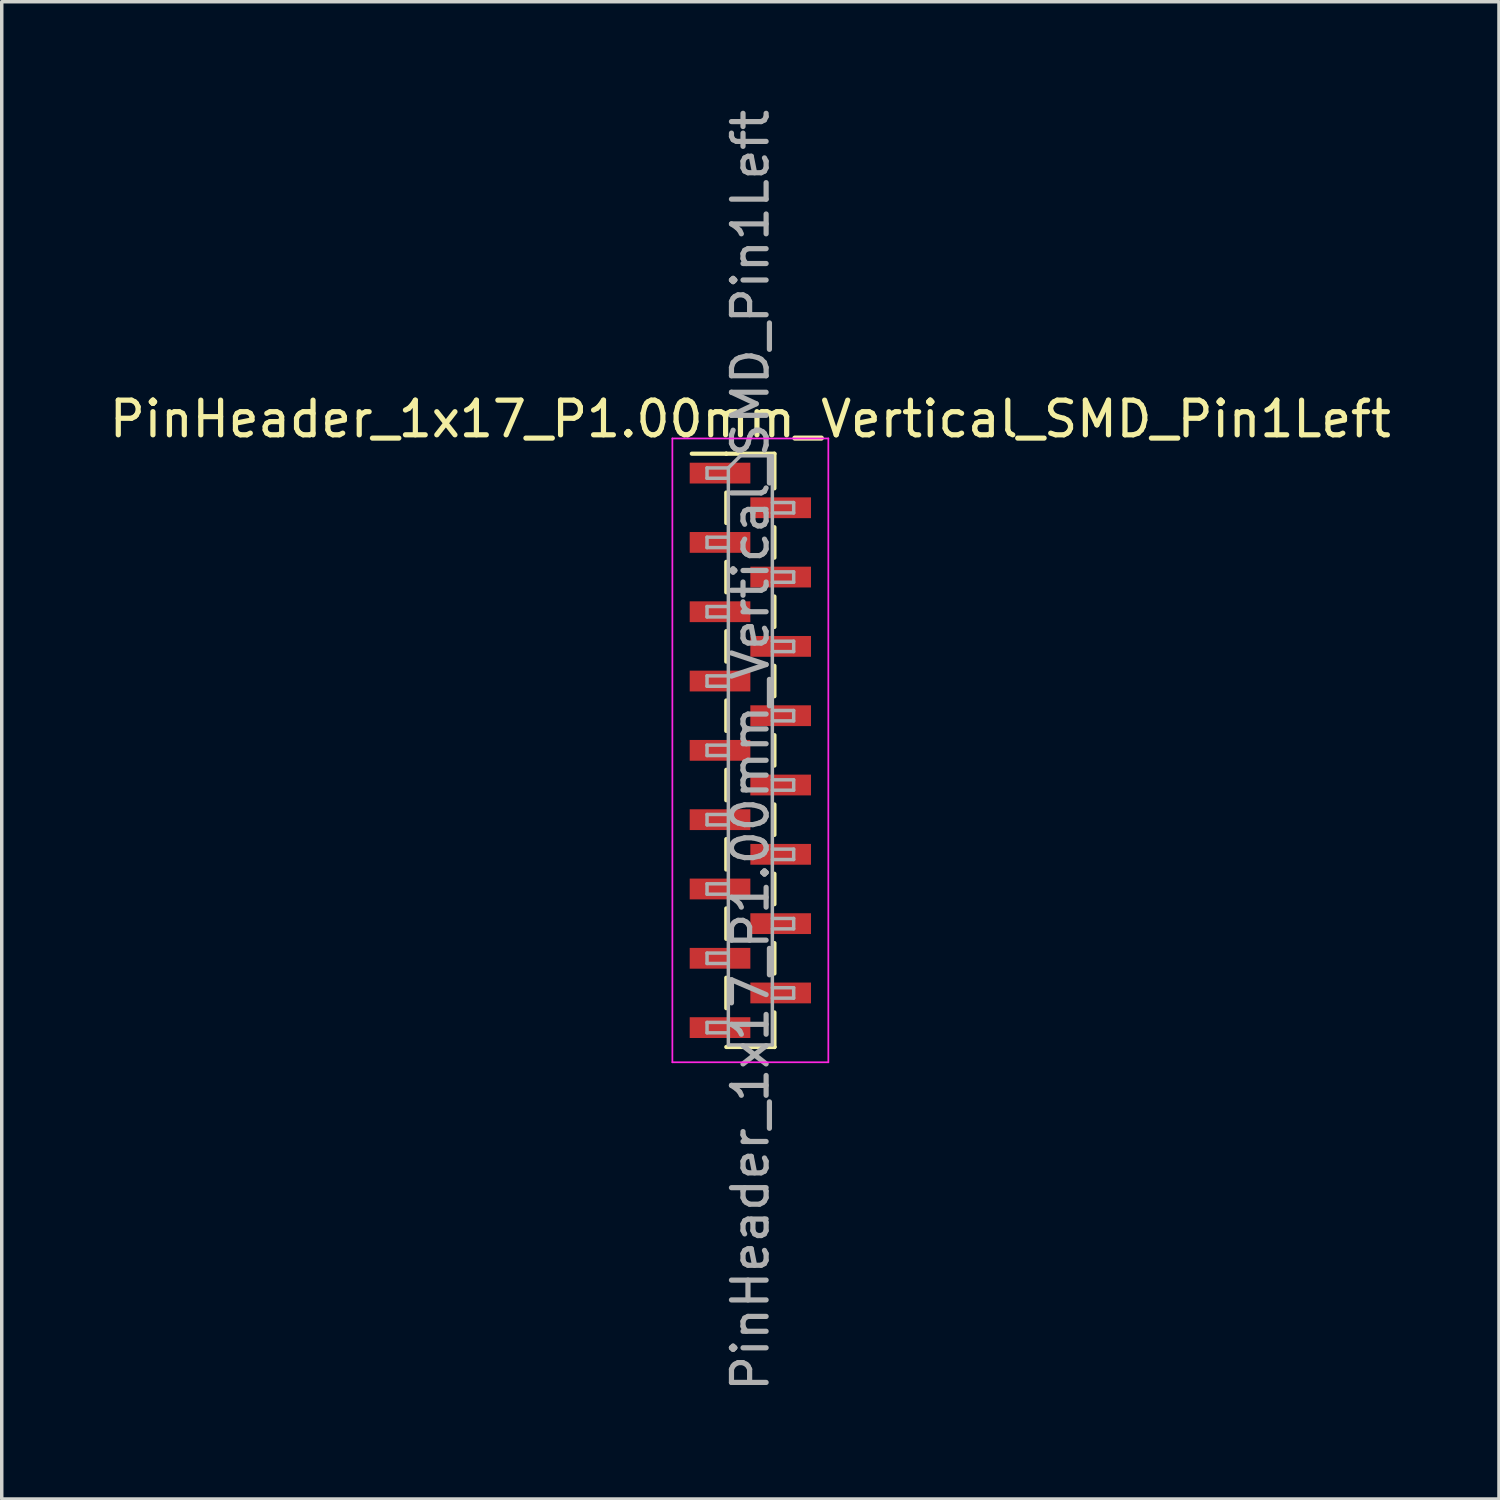
<source format=kicad_pcb>
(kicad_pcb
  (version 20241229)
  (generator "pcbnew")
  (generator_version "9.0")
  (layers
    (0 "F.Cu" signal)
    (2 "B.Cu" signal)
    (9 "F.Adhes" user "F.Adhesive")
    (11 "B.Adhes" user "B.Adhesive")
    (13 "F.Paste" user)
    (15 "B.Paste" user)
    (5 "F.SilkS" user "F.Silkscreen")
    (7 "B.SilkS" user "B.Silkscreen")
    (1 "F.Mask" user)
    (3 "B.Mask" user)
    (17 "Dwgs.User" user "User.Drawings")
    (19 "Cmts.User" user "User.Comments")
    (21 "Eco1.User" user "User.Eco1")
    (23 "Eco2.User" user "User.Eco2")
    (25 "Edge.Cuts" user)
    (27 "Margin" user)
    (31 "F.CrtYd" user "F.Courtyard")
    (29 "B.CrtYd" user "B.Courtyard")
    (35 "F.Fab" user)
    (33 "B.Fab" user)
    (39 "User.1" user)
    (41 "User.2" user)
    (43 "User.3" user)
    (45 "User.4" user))
  (footprint "PinHeader_1x17_P1.00mm_Vertical_SMD_Pin1Left"
    (layer "F.Cu")
    (at 18.601 18.601)
    (property "Reference" "PinHeader_1x17_P1.00mm_Vertical_SMD_Pin1Left" (at 0 -9.56 0) (layer "F.SilkS") (effects (font (size 1 1) (thickness 0.15))))
    (attr smd)
    (fp_line (start -0.695 -8.56) (end -1.69 -8.56) (stroke (width 0.12) (type solid)) (layer "F.SilkS"))
    (fp_line (start -0.695 -8.56) (end -0.695 -8.56) (stroke (width 0.12) (type solid)) (layer "F.SilkS"))
    (fp_line (start -0.695 -8.56) (end 0.695 -8.56) (stroke (width 0.12) (type solid)) (layer "F.SilkS"))
    (fp_line (start -0.695 -7.44) (end -0.695 -6.56) (stroke (width 0.12) (type solid)) (layer "F.SilkS"))
    (fp_line (start -0.695 -5.44) (end -0.695 -4.56) (stroke (width 0.12) (type solid)) (layer "F.SilkS"))
    (fp_line (start -0.695 -3.44) (end -0.695 -2.56) (stroke (width 0.12) (type solid)) (layer "F.SilkS"))
    (fp_line (start -0.695 -1.44) (end -0.695 -0.56) (stroke (width 0.12) (type solid)) (layer "F.SilkS"))
    (fp_line (start -0.695 0.56) (end -0.695 1.44) (stroke (width 0.12) (type solid)) (layer "F.SilkS"))
    (fp_line (start -0.695 2.56) (end -0.695 3.44) (stroke (width 0.12) (type solid)) (layer "F.SilkS"))
    (fp_line (start -0.695 4.56) (end -0.695 5.44) (stroke (width 0.12) (type solid)) (layer "F.SilkS"))
    (fp_line (start -0.695 6.56) (end -0.695 7.44) (stroke (width 0.12) (type solid)) (layer "F.SilkS"))
    (fp_line (start -0.695 8.56) (end 0.695 8.56) (stroke (width 0.12) (type solid)) (layer "F.SilkS"))
    (fp_line (start 0.695 -8.56) (end 0.695 -7.56) (stroke (width 0.12) (type solid)) (layer "F.SilkS"))
    (fp_line (start 0.695 -6.44) (end 0.695 -5.56) (stroke (width 0.12) (type solid)) (layer "F.SilkS"))
    (fp_line (start 0.695 -4.44) (end 0.695 -3.56) (stroke (width 0.12) (type solid)) (layer "F.SilkS"))
    (fp_line (start 0.695 -2.44) (end 0.695 -1.56) (stroke (width 0.12) (type solid)) (layer "F.SilkS"))
    (fp_line (start 0.695 -0.44) (end 0.695 0.44) (stroke (width 0.12) (type solid)) (layer "F.SilkS"))
    (fp_line (start 0.695 1.56) (end 0.695 2.44) (stroke (width 0.12) (type solid)) (layer "F.SilkS"))
    (fp_line (start 0.695 3.56) (end 0.695 4.44) (stroke (width 0.12) (type solid)) (layer "F.SilkS"))
    (fp_line (start 0.695 5.56) (end 0.695 6.44) (stroke (width 0.12) (type solid)) (layer "F.SilkS"))
    (fp_line (start 0.695 7.56) (end 0.695 8.56) (stroke (width 0.12) (type solid)) (layer "F.SilkS"))
    (fp_line (start 0.695 8.56) (end 0.695 8.56) (stroke (width 0.12) (type solid)) (layer "F.SilkS"))
    (fp_line (start -2.25 -9) (end -2.25 9) (stroke (width 0.05) (type solid)) (layer "F.CrtYd"))
    (fp_line (start -2.25 9) (end 2.25 9) (stroke (width 0.05) (type solid)) (layer "F.CrtYd"))
    (fp_line (start 2.25 -9) (end -2.25 -9) (stroke (width 0.05) (type solid)) (layer "F.CrtYd"))
    (fp_line (start 2.25 9) (end 2.25 -9) (stroke (width 0.05) (type solid)) (layer "F.CrtYd"))
    (fp_line (start -1.25 -8.15) (end -1.25 -7.85) (stroke (width 0.1) (type solid)) (layer "F.Fab"))
    (fp_line (start -1.25 -7.85) (end -0.635 -7.85) (stroke (width 0.1) (type solid)) (layer "F.Fab"))
    (fp_line (start -1.25 -6.15) (end -1.25 -5.85) (stroke (width 0.1) (type solid)) (layer "F.Fab"))
    (fp_line (start -1.25 -5.85) (end -0.635 -5.85) (stroke (width 0.1) (type solid)) (layer "F.Fab"))
    (fp_line (start -1.25 -4.15) (end -1.25 -3.85) (stroke (width 0.1) (type solid)) (layer "F.Fab"))
    (fp_line (start -1.25 -3.85) (end -0.635 -3.85) (stroke (width 0.1) (type solid)) (layer "F.Fab"))
    (fp_line (start -1.25 -2.15) (end -1.25 -1.85) (stroke (width 0.1) (type solid)) (layer "F.Fab"))
    (fp_line (start -1.25 -1.85) (end -0.635 -1.85) (stroke (width 0.1) (type solid)) (layer "F.Fab"))
    (fp_line (start -1.25 -0.15) (end -1.25 0.15) (stroke (width 0.1) (type solid)) (layer "F.Fab"))
    (fp_line (start -1.25 0.15) (end -0.635 0.15) (stroke (width 0.1) (type solid)) (layer "F.Fab"))
    (fp_line (start -1.25 1.85) (end -1.25 2.15) (stroke (width 0.1) (type solid)) (layer "F.Fab"))
    (fp_line (start -1.25 2.15) (end -0.635 2.15) (stroke (width 0.1) (type solid)) (layer "F.Fab"))
    (fp_line (start -1.25 3.85) (end -1.25 4.15) (stroke (width 0.1) (type solid)) (layer "F.Fab"))
    (fp_line (start -1.25 4.15) (end -0.635 4.15) (stroke (width 0.1) (type solid)) (layer "F.Fab"))
    (fp_line (start -1.25 5.85) (end -1.25 6.15) (stroke (width 0.1) (type solid)) (layer "F.Fab"))
    (fp_line (start -1.25 6.15) (end -0.635 6.15) (stroke (width 0.1) (type solid)) (layer "F.Fab"))
    (fp_line (start -1.25 7.85) (end -1.25 8.15) (stroke (width 0.1) (type solid)) (layer "F.Fab"))
    (fp_line (start -1.25 8.15) (end -0.635 8.15) (stroke (width 0.1) (type solid)) (layer "F.Fab"))
    (fp_line (start -0.635 -8.15) (end -1.25 -8.15) (stroke (width 0.1) (type solid)) (layer "F.Fab"))
    (fp_line (start -0.635 -8.15) (end -0.285 -8.5) (stroke (width 0.1) (type solid)) (layer "F.Fab"))
    (fp_line (start -0.635 -6.15) (end -1.25 -6.15) (stroke (width 0.1) (type solid)) (layer "F.Fab"))
    (fp_line (start -0.635 -4.15) (end -1.25 -4.15) (stroke (width 0.1) (type solid)) (layer "F.Fab"))
    (fp_line (start -0.635 -2.15) (end -1.25 -2.15) (stroke (width 0.1) (type solid)) (layer "F.Fab"))
    (fp_line (start -0.635 -0.15) (end -1.25 -0.15) (stroke (width 0.1) (type solid)) (layer "F.Fab"))
    (fp_line (start -0.635 1.85) (end -1.25 1.85) (stroke (width 0.1) (type solid)) (layer "F.Fab"))
    (fp_line (start -0.635 3.85) (end -1.25 3.85) (stroke (width 0.1) (type solid)) (layer "F.Fab"))
    (fp_line (start -0.635 5.85) (end -1.25 5.85) (stroke (width 0.1) (type solid)) (layer "F.Fab"))
    (fp_line (start -0.635 7.85) (end -1.25 7.85) (stroke (width 0.1) (type solid)) (layer "F.Fab"))
    (fp_line (start -0.635 8.5) (end -0.635 -8.15) (stroke (width 0.1) (type solid)) (layer "F.Fab"))
    (fp_line (start -0.285 -8.5) (end 0.635 -8.5) (stroke (width 0.1) (type solid)) (layer "F.Fab"))
    (fp_line (start 0.635 -8.5) (end 0.635 8.5) (stroke (width 0.1) (type solid)) (layer "F.Fab"))
    (fp_line (start 0.635 -7.15) (end 1.25 -7.15) (stroke (width 0.1) (type solid)) (layer "F.Fab"))
    (fp_line (start 0.635 -5.15) (end 1.25 -5.15) (stroke (width 0.1) (type solid)) (layer "F.Fab"))
    (fp_line (start 0.635 -3.15) (end 1.25 -3.15) (stroke (width 0.1) (type solid)) (layer "F.Fab"))
    (fp_line (start 0.635 -1.15) (end 1.25 -1.15) (stroke (width 0.1) (type solid)) (layer "F.Fab"))
    (fp_line (start 0.635 0.85) (end 1.25 0.85) (stroke (width 0.1) (type solid)) (layer "F.Fab"))
    (fp_line (start 0.635 2.85) (end 1.25 2.85) (stroke (width 0.1) (type solid)) (layer "F.Fab"))
    (fp_line (start 0.635 4.85) (end 1.25 4.85) (stroke (width 0.1) (type solid)) (layer "F.Fab"))
    (fp_line (start 0.635 6.85) (end 1.25 6.85) (stroke (width 0.1) (type solid)) (layer "F.Fab"))
    (fp_line (start 0.635 8.5) (end -0.635 8.5) (stroke (width 0.1) (type solid)) (layer "F.Fab"))
    (fp_line (start 1.25 -7.15) (end 1.25 -6.85) (stroke (width 0.1) (type solid)) (layer "F.Fab"))
    (fp_line (start 1.25 -6.85) (end 0.635 -6.85) (stroke (width 0.1) (type solid)) (layer "F.Fab"))
    (fp_line (start 1.25 -5.15) (end 1.25 -4.85) (stroke (width 0.1) (type solid)) (layer "F.Fab"))
    (fp_line (start 1.25 -4.85) (end 0.635 -4.85) (stroke (width 0.1) (type solid)) (layer "F.Fab"))
    (fp_line (start 1.25 -3.15) (end 1.25 -2.85) (stroke (width 0.1) (type solid)) (layer "F.Fab"))
    (fp_line (start 1.25 -2.85) (end 0.635 -2.85) (stroke (width 0.1) (type solid)) (layer "F.Fab"))
    (fp_line (start 1.25 -1.15) (end 1.25 -0.85) (stroke (width 0.1) (type solid)) (layer "F.Fab"))
    (fp_line (start 1.25 -0.85) (end 0.635 -0.85) (stroke (width 0.1) (type solid)) (layer "F.Fab"))
    (fp_line (start 1.25 0.85) (end 1.25 1.15) (stroke (width 0.1) (type solid)) (layer "F.Fab"))
    (fp_line (start 1.25 1.15) (end 0.635 1.15) (stroke (width 0.1) (type solid)) (layer "F.Fab"))
    (fp_line (start 1.25 2.85) (end 1.25 3.15) (stroke (width 0.1) (type solid)) (layer "F.Fab"))
    (fp_line (start 1.25 3.15) (end 0.635 3.15) (stroke (width 0.1) (type solid)) (layer "F.Fab"))
    (fp_line (start 1.25 4.85) (end 1.25 5.15) (stroke (width 0.1) (type solid)) (layer "F.Fab"))
    (fp_line (start 1.25 5.15) (end 0.635 5.15) (stroke (width 0.1) (type solid)) (layer "F.Fab"))
    (fp_line (start 1.25 6.85) (end 1.25 7.15) (stroke (width 0.1) (type solid)) (layer "F.Fab"))
    (fp_line (start 1.25 7.15) (end 0.635 7.15) (stroke (width 0.1) (type solid)) (layer "F.Fab"))
    (fp_text user "${REFERENCE}" (at 0 0 90) (layer "F.Fab") (effects (font (size 1 1) (thickness 0.15))))
    (pad "1" smd rect (at -0.875 -8) (size 1.75 0.6) (layers "F.Cu" "F.Mask" "F.Paste"))
    (pad "2" smd rect (at 0.875 -7) (size 1.75 0.6) (layers "F.Cu" "F.Mask" "F.Paste"))
    (pad "3" smd rect (at -0.875 -6) (size 1.75 0.6) (layers "F.Cu" "F.Mask" "F.Paste"))
    (pad "4" smd rect (at 0.875 -5) (size 1.75 0.6) (layers "F.Cu" "F.Mask" "F.Paste"))
    (pad "5" smd rect (at -0.875 -4) (size 1.75 0.6) (layers "F.Cu" "F.Mask" "F.Paste"))
    (pad "6" smd rect (at 0.875 -3) (size 1.75 0.6) (layers "F.Cu" "F.Mask" "F.Paste"))
    (pad "7" smd rect (at -0.875 -2) (size 1.75 0.6) (layers "F.Cu" "F.Mask" "F.Paste"))
    (pad "8" smd rect (at 0.875 -1) (size 1.75 0.6) (layers "F.Cu" "F.Mask" "F.Paste"))
    (pad "9" smd rect (at -0.875 0) (size 1.75 0.6) (layers "F.Cu" "F.Mask" "F.Paste"))
    (pad "10" smd rect (at 0.875 1) (size 1.75 0.6) (layers "F.Cu" "F.Mask" "F.Paste"))
    (pad "11" smd rect (at -0.875 2) (size 1.75 0.6) (layers "F.Cu" "F.Mask" "F.Paste"))
    (pad "12" smd rect (at 0.875 3) (size 1.75 0.6) (layers "F.Cu" "F.Mask" "F.Paste"))
    (pad "13" smd rect (at -0.875 4) (size 1.75 0.6) (layers "F.Cu" "F.Mask" "F.Paste"))
    (pad "14" smd rect (at 0.875 5) (size 1.75 0.6) (layers "F.Cu" "F.Mask" "F.Paste"))
    (pad "15" smd rect (at -0.875 6) (size 1.75 0.6) (layers "F.Cu" "F.Mask" "F.Paste"))
    (pad "16" smd rect (at 0.875 7) (size 1.75 0.6) (layers "F.Cu" "F.Mask" "F.Paste"))
    (pad "17" smd rect (at -0.875 8) (size 1.75 0.6) (layers "F.Cu" "F.Mask" "F.Paste")))
  (gr_rect
    (start -3 -3)
    (end 40.202 40.202)
    (stroke (width 0.1) (type default))
    (fill no)
    (layer "Edge.Cuts")))
</source>
